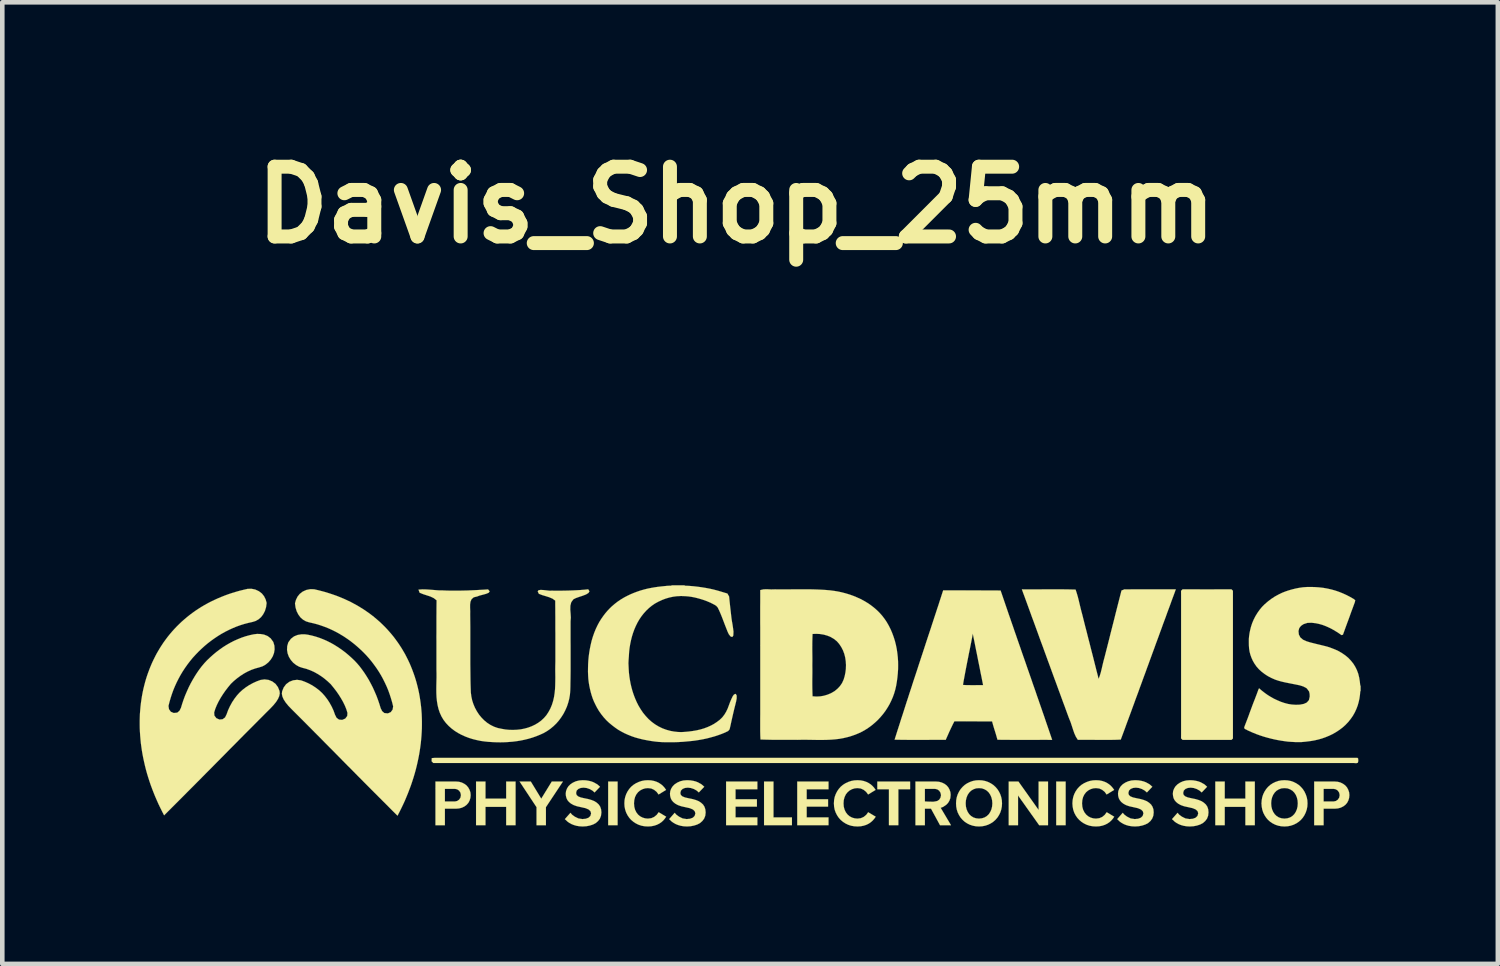
<source format=kicad_pcb>
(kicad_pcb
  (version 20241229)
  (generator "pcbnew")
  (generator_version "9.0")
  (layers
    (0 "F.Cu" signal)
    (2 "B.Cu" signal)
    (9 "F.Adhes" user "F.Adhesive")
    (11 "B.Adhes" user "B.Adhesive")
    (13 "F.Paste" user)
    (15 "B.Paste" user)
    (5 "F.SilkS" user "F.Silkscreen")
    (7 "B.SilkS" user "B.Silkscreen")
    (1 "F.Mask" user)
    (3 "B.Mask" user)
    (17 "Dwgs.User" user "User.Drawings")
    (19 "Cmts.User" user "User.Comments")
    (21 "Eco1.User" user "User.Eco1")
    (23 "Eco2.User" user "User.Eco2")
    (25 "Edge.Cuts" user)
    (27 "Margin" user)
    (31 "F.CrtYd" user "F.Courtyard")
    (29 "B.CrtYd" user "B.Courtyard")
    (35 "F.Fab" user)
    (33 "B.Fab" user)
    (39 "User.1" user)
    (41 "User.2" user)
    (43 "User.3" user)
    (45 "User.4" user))
  (footprint "Davis_Shop_25mm"
    (layer "F.Cu")
    (at 13.036 12.371)
    (property "Reference" "Davis_Shop_25mm" (at 0 -10.945 0) (layer "F.SilkS") (effects (font (size 1.524 1.524) (thickness 0.305))))
    (attr through_hole)
    (fp_poly (pts (xy -2.595 2.604) (xy -2.595 1.651) (xy -2.801 1.651) (xy -2.801 2.604) (xy -2.595 2.604)) (stroke (width 0.003) (type solid)) (fill yes) (layer "F.SilkS"))
    (fp_poly (pts (xy 7.192 2.604) (xy 7.192 1.651) (xy 6.986 1.651) (xy 6.986 2.604) (xy 7.192 2.604)) (stroke (width 0.003) (type solid)) (fill yes) (layer "F.SilkS"))
    (fp_poly (pts (xy 1.213 2.604) (xy 1.213 2.435) (xy 0.81 2.435) (xy 0.81 1.651) (xy 0.604 1.651) (xy 0.604 2.604) (xy 1.213 2.604)) (stroke (width 0.003) (type solid)) (fill yes) (layer "F.SilkS"))
    (fp_poly (pts (xy 13.632 -0.323) (xy 13.627 -0.323) (xy 13.627 -0.383) (xy 13.627 -0.443) (xy 13.632 -0.443) (xy 13.632 -0.383) (xy 13.632 -0.323) (xy 13.632 -0.323)) (stroke (width 0.003) (type solid)) (fill yes) (layer "F.SilkS"))
    (fp_poly (pts (xy 3.794 1.819) (xy 3.794 1.651) (xy 3.078 1.651) (xy 3.078 1.819) (xy 3.332 1.819) (xy 3.332 2.604) (xy 3.538 2.604) (xy 3.538 1.819) (xy 3.794 1.819)) (stroke (width 0.003) (type solid)) (fill yes) (layer "F.SilkS"))
    (fp_poly (pts (xy -3.79 1.651) (xy -4.033 1.651) (xy -4.263 2.025) (xy -4.491 1.651) (xy -4.736 1.651) (xy -4.366 2.211) (xy -4.366 2.604) (xy -4.161 2.604) (xy -4.161 2.211) (xy -3.79 1.651)) (stroke (width 0.003) (type solid)) (fill yes) (layer "F.SilkS"))
    (fp_poly (pts (xy 6.807 2.604) (xy 6.807 1.651) (xy 6.601 1.651) (xy 6.601 2.271) (xy 6.161 1.651) (xy 5.948 1.651) (xy 5.948 2.604) (xy 6.152 2.604) (xy 6.152 1.955) (xy 6.613 2.604) (xy 6.807 2.604)) (stroke (width 0.003) (type solid)) (fill yes) (layer "F.SilkS"))
    (fp_poly (pts (xy -1.131 -2.632) (xy -1.13 -2.627) (xy -1.202 -2.627) (xy -1.274 -2.627) (xy -1.346 -2.627) (xy -1.417 -2.627) (xy -1.417 -2.632) (xy -1.345 -2.632) (xy -1.274 -2.632) (xy -1.202 -2.632) (xy -1.131 -2.632) (xy -1.131 -2.632)) (stroke (width 0.003) (type solid)) (fill yes) (layer "F.SilkS"))
    (fp_poly (pts (xy -4.824 2.604) (xy -4.824 1.651) (xy -5.029 1.651) (xy -5.029 2.024) (xy -5.481 2.024) (xy -5.481 1.651) (xy -5.687 1.651) (xy -5.687 2.604) (xy -5.481 2.604) (xy -5.481 2.204) (xy -5.029 2.204) (xy -5.029 2.604) (xy -4.824 2.604)) (stroke (width 0.003) (type solid)) (fill yes) (layer "F.SilkS"))
    (fp_poly (pts (xy 0.458 2.604) (xy 0.458 2.434) (xy -0.019 2.434) (xy -0.019 2.199) (xy 0.448 2.199) (xy 0.448 2.038) (xy -0.019 2.038) (xy -0.019 1.819) (xy 0.458 1.819) (xy 0.458 1.651) (xy -0.225 1.651) (xy -0.225 2.604) (xy 0.458 2.604)) (stroke (width 0.003) (type solid)) (fill yes) (layer "F.SilkS"))
    (fp_poly (pts (xy 2.012 2.604) (xy 2.012 2.434) (xy 1.535 2.434) (xy 1.535 2.199) (xy 2.002 2.199) (xy 2.002 2.038) (xy 1.535 2.038) (xy 1.535 1.819) (xy 2.012 1.819) (xy 2.012 1.651) (xy 1.329 1.651) (xy 1.329 2.604) (xy 2.012 2.604)) (stroke (width 0.003) (type solid)) (fill yes) (layer "F.SilkS"))
    (fp_poly (pts (xy 11.324 2.604) (xy 11.324 1.651) (xy 11.118 1.651) (xy 11.118 2.024) (xy 10.667 2.024) (xy 10.667 1.651) (xy 10.461 1.651) (xy 10.461 2.604) (xy 10.667 2.604) (xy 10.667 2.204) (xy 11.118 2.204) (xy 11.118 2.604) (xy 11.324 2.604)) (stroke (width 0.003) (type solid)) (fill yes) (layer "F.SilkS"))
    (fp_poly (pts (xy -5.805 1.948) (xy -6.017 1.948) (xy -6.028 2.004) (xy -6.058 2.048) (xy -6.1 2.076) (xy -6.145 2.086) (xy -6.368 2.086) (xy -6.368 1.811) (xy -6.145 1.811) (xy -6.1 1.821) (xy -6.058 1.849) (xy -6.028 1.894) (xy -6.017 1.948) (xy -5.805 1.948) (xy -5.811 1.887) (xy -5.83 1.831) (xy -5.858 1.78) (xy -5.895 1.736) (xy -5.943 1.701) (xy -5.998 1.673) (xy -6.06 1.656) (xy -6.127 1.651) (xy -6.574 1.651) (xy -6.574 2.604) (xy -6.368 2.604) (xy -6.368 2.244) (xy -6.127 2.244) (xy -6.056 2.238) (xy -5.994 2.221) (xy -5.939 2.194) (xy -5.893 2.159) (xy -5.855 2.116) (xy -5.828 2.065) (xy -5.811 2.009) (xy -5.805 1.948)) (stroke (width 0.003) (type solid)) (fill yes) (layer "F.SilkS"))
    (fp_poly (pts (xy 13.39 1.948) (xy 13.178 1.948) (xy 13.167 2.004) (xy 13.137 2.048) (xy 13.095 2.076) (xy 13.05 2.086) (xy 12.827 2.086) (xy 12.827 1.811) (xy 13.05 1.811) (xy 13.095 1.821) (xy 13.137 1.849) (xy 13.167 1.894) (xy 13.178 1.948) (xy 13.39 1.948) (xy 13.384 1.887) (xy 13.365 1.831) (xy 13.338 1.78) (xy 13.3 1.736) (xy 13.253 1.701) (xy 13.197 1.673) (xy 13.135 1.656) (xy 13.068 1.651) (xy 12.621 1.651) (xy 12.621 2.604) (xy 12.827 2.604) (xy 12.827 2.244) (xy 13.068 2.244) (xy 13.139 2.238) (xy 13.201 2.221) (xy 13.256 2.194) (xy 13.303 2.159) (xy 13.34 2.116) (xy 13.367 2.065) (xy 13.384 2.009) (xy 13.39 1.948)) (stroke (width 0.003) (type solid)) (fill yes) (layer "F.SilkS"))
    (fp_poly (pts (xy 4.687 2.604) (xy 4.341 2.086) (xy 4.301 2.092) (xy 4.225 2.091) (xy 4.15 2.088) (xy 4.117 2.086) (xy 4.117 1.811) (xy 4.341 1.811) (xy 4.388 1.822) (xy 4.43 1.851) (xy 4.458 1.895) (xy 4.47 1.948) (xy 4.458 2.004) (xy 4.43 2.048) (xy 4.388 2.076) (xy 4.341 2.086) (xy 4.687 2.604) (xy 4.462 2.225) (xy 4.517 2.204) (xy 4.588 2.155) (xy 4.623 2.118) (xy 4.652 2.071) (xy 4.673 2.013) (xy 4.68 1.942) (xy 4.674 1.882) (xy 4.655 1.826) (xy 4.627 1.776) (xy 4.59 1.734) (xy 4.542 1.699) (xy 4.487 1.673) (xy 4.425 1.656) (xy 4.358 1.651) (xy 3.911 1.651) (xy 3.911 2.604) (xy 4.117 2.604) (xy 4.117 2.244) (xy 4.251 2.244) (xy 4.447 2.604) (xy 4.687 2.604)) (stroke (width 0.003) (type solid)) (fill yes) (layer "F.SilkS"))
    (fp_poly (pts (xy -1.534 2.419) (xy -1.698 2.321) (xy -1.741 2.379) (xy -1.796 2.424) (xy -1.86 2.452) (xy -1.933 2.461) (xy -1.994 2.455) (xy -2.051 2.438) (xy -2.104 2.41) (xy -2.149 2.372) (xy -2.186 2.324) (xy -2.214 2.266) (xy -2.231 2.201) (xy -2.237 2.128) (xy -2.231 2.055) (xy -2.214 1.989) (xy -2.186 1.931) (xy -2.149 1.884) (xy -2.104 1.846) (xy -2.051 1.818) (xy -1.994 1.8) (xy -1.933 1.794) (xy -1.86 1.803) (xy -1.797 1.832) (xy -1.743 1.876) (xy -1.7 1.934) (xy -1.536 1.834) (xy -1.565 1.792) (xy -1.6 1.752) (xy -1.64 1.716) (xy -1.686 1.685) (xy -1.737 1.659) (xy -1.796 1.639) (xy -1.861 1.626) (xy -1.933 1.622) (xy -2.004 1.626) (xy -2.071 1.639) (xy -2.136 1.661) (xy -2.195 1.689) (xy -2.249 1.723) (xy -2.299 1.765) (xy -2.341 1.813) (xy -2.377 1.866) (xy -2.407 1.925) (xy -2.429 1.989) (xy -2.443 2.056) (xy -2.447 2.128) (xy -2.443 2.199) (xy -2.429 2.267) (xy -2.407 2.331) (xy -2.377 2.389) (xy -2.341 2.442) (xy -2.299 2.489) (xy -2.249 2.531) (xy -2.195 2.566) (xy -2.136 2.595) (xy -2.071 2.616) (xy -2.004 2.628) (xy -1.933 2.632) (xy -1.861 2.628) (xy -1.796 2.615) (xy -1.736 2.595) (xy -1.684 2.569) (xy -1.638 2.538) (xy -1.598 2.502) (xy -1.564 2.462) (xy -1.534 2.419)) (stroke (width 0.003) (type solid)) (fill yes) (layer "F.SilkS"))
    (fp_poly (pts (xy 3.043 2.419) (xy 2.878 2.321) (xy 2.836 2.379) (xy 2.781 2.424) (xy 2.717 2.452) (xy 2.644 2.461) (xy 2.583 2.455) (xy 2.525 2.438) (xy 2.473 2.41) (xy 2.428 2.372) (xy 2.391 2.324) (xy 2.363 2.266) (xy 2.345 2.201) (xy 2.34 2.128) (xy 2.345 2.055) (xy 2.363 1.989) (xy 2.391 1.931) (xy 2.428 1.884) (xy 2.473 1.846) (xy 2.525 1.818) (xy 2.583 1.8) (xy 2.644 1.794) (xy 2.717 1.803) (xy 2.78 1.832) (xy 2.834 1.876) (xy 2.877 1.934) (xy 3.041 1.834) (xy 3.012 1.792) (xy 2.977 1.752) (xy 2.937 1.716) (xy 2.891 1.685) (xy 2.839 1.659) (xy 2.781 1.639) (xy 2.716 1.626) (xy 2.644 1.622) (xy 2.573 1.626) (xy 2.506 1.639) (xy 2.441 1.661) (xy 2.382 1.689) (xy 2.328 1.723) (xy 2.278 1.765) (xy 2.236 1.813) (xy 2.2 1.866) (xy 2.17 1.925) (xy 2.147 1.989) (xy 2.134 2.056) (xy 2.13 2.128) (xy 2.134 2.199) (xy 2.147 2.267) (xy 2.17 2.331) (xy 2.2 2.389) (xy 2.236 2.442) (xy 2.278 2.489) (xy 2.328 2.531) (xy 2.382 2.566) (xy 2.441 2.595) (xy 2.506 2.616) (xy 2.573 2.628) (xy 2.644 2.632) (xy 2.716 2.628) (xy 2.781 2.615) (xy 2.841 2.595) (xy 2.893 2.569) (xy 2.938 2.538) (xy 2.978 2.502) (xy 3.013 2.462) (xy 3.043 2.419)) (stroke (width 0.003) (type solid)) (fill yes) (layer "F.SilkS"))
    (fp_poly (pts (xy 8.253 2.419) (xy 8.089 2.321) (xy 8.046 2.379) (xy 7.992 2.424) (xy 7.927 2.452) (xy 7.854 2.461) (xy 7.793 2.455) (xy 7.736 2.438) (xy 7.684 2.41) (xy 7.639 2.372) (xy 7.602 2.324) (xy 7.573 2.266) (xy 7.556 2.201) (xy 7.55 2.128) (xy 7.556 2.055) (xy 7.573 1.989) (xy 7.602 1.931) (xy 7.639 1.884) (xy 7.684 1.846) (xy 7.736 1.818) (xy 7.793 1.8) (xy 7.854 1.794) (xy 7.927 1.803) (xy 7.99 1.832) (xy 8.045 1.876) (xy 8.087 1.934) (xy 8.252 1.834) (xy 8.222 1.792) (xy 8.187 1.752) (xy 8.147 1.716) (xy 8.102 1.685) (xy 8.05 1.659) (xy 7.992 1.639) (xy 7.927 1.626) (xy 7.854 1.622) (xy 7.784 1.626) (xy 7.716 1.639) (xy 7.652 1.661) (xy 7.592 1.689) (xy 7.538 1.723) (xy 7.489 1.765) (xy 7.446 1.813) (xy 7.41 1.866) (xy 7.38 1.925) (xy 7.358 1.989) (xy 7.345 2.056) (xy 7.34 2.128) (xy 7.345 2.199) (xy 7.358 2.267) (xy 7.38 2.331) (xy 7.41 2.389) (xy 7.446 2.442) (xy 7.489 2.489) (xy 7.538 2.531) (xy 7.592 2.566) (xy 7.652 2.595) (xy 7.716 2.616) (xy 7.784 2.628) (xy 7.854 2.632) (xy 7.927 2.628) (xy 7.992 2.615) (xy 8.051 2.595) (xy 8.103 2.569) (xy 8.149 2.538) (xy 8.189 2.502) (xy 8.224 2.462) (xy 8.253 2.419)) (stroke (width 0.003) (type solid)) (fill yes) (layer "F.SilkS"))
    (fp_poly (pts (xy -2.949 2.325) (xy -2.956 2.258) (xy -2.975 2.201) (xy -3.007 2.153) (xy -3.049 2.114) (xy -3.102 2.08) (xy -3.164 2.055) (xy -3.235 2.034) (xy -3.314 2.018) (xy -3.399 1.999) (xy -3.458 1.975) (xy -3.491 1.944) (xy -3.502 1.902) (xy -3.49 1.849) (xy -3.452 1.812) (xy -3.401 1.791) (xy -3.34 1.784) (xy -3.271 1.792) (xy -3.204 1.815) (xy -3.144 1.849) (xy -3.098 1.889) (xy -2.979 1.765) (xy -3.038 1.713) (xy -3.118 1.668) (xy -3.167 1.649) (xy -3.224 1.635) (xy -3.286 1.625) (xy -3.357 1.622) (xy -3.435 1.628) (xy -3.507 1.646) (xy -3.571 1.675) (xy -3.625 1.711) (xy -3.669 1.754) (xy -3.701 1.805) (xy -3.721 1.859) (xy -3.728 1.915) (xy -3.724 1.964) (xy -3.712 2.012) (xy -3.691 2.056) (xy -3.658 2.096) (xy -3.613 2.133) (xy -3.555 2.165) (xy -3.481 2.191) (xy -3.391 2.211) (xy -3.294 2.233) (xy -3.227 2.262) (xy -3.187 2.3) (xy -3.174 2.346) (xy -3.189 2.402) (xy -3.229 2.441) (xy -3.291 2.464) (xy -3.364 2.471) (xy -3.452 2.457) (xy -3.53 2.419) (xy -3.59 2.375) (xy -3.625 2.334) (xy -3.747 2.472) (xy -3.688 2.527) (xy -3.65 2.554) (xy -3.605 2.579) (xy -3.553 2.6) (xy -3.495 2.617) (xy -3.43 2.628) (xy -3.357 2.632) (xy -3.276 2.627) (xy -3.201 2.612) (xy -3.131 2.589) (xy -3.071 2.557) (xy -3.021 2.513) (xy -2.982 2.461) (xy -2.958 2.398) (xy -2.949 2.325)) (stroke (width 0.003) (type solid)) (fill yes) (layer "F.SilkS"))
    (fp_poly (pts (xy -0.672 2.325) (xy -0.679 2.258) (xy -0.698 2.201) (xy -0.729 2.153) (xy -0.772 2.114) (xy -0.824 2.08) (xy -0.886 2.055) (xy -0.958 2.034) (xy -1.037 2.018) (xy -1.122 1.999) (xy -1.181 1.975) (xy -1.214 1.944) (xy -1.225 1.902) (xy -1.212 1.849) (xy -1.175 1.812) (xy -1.124 1.791) (xy -1.062 1.784) (xy -0.994 1.792) (xy -0.926 1.815) (xy -0.866 1.849) (xy -0.821 1.889) (xy -0.702 1.765) (xy -0.761 1.713) (xy -0.841 1.668) (xy -0.89 1.649) (xy -0.946 1.635) (xy -1.009 1.625) (xy -1.079 1.622) (xy -1.158 1.628) (xy -1.229 1.646) (xy -1.293 1.675) (xy -1.348 1.711) (xy -1.391 1.754) (xy -1.424 1.805) (xy -1.444 1.859) (xy -1.451 1.915) (xy -1.447 1.964) (xy -1.435 2.012) (xy -1.414 2.056) (xy -1.381 2.096) (xy -1.336 2.133) (xy -1.278 2.165) (xy -1.204 2.191) (xy -1.114 2.211) (xy -1.017 2.233) (xy -0.949 2.262) (xy -0.91 2.3) (xy -0.896 2.346) (xy -0.912 2.402) (xy -0.952 2.441) (xy -1.014 2.464) (xy -1.087 2.471) (xy -1.175 2.457) (xy -1.252 2.419) (xy -1.312 2.375) (xy -1.348 2.334) (xy -1.469 2.472) (xy -1.411 2.527) (xy -1.372 2.554) (xy -1.328 2.579) (xy -1.276 2.6) (xy -1.218 2.617) (xy -1.153 2.628) (xy -1.079 2.632) (xy -0.999 2.627) (xy -0.924 2.612) (xy -0.854 2.589) (xy -0.794 2.557) (xy -0.744 2.513) (xy -0.705 2.461) (xy -0.68 2.398) (xy -0.672 2.325)) (stroke (width 0.003) (type solid)) (fill yes) (layer "F.SilkS"))
    (fp_poly (pts (xy 9.115 2.325) (xy 9.109 2.258) (xy 9.089 2.201) (xy 9.058 2.153) (xy 9.015 2.114) (xy 8.963 2.08) (xy 8.901 2.055) (xy 8.83 2.034) (xy 8.751 2.018) (xy 8.665 1.999) (xy 8.606 1.975) (xy 8.573 1.944) (xy 8.562 1.902) (xy 8.575 1.849) (xy 8.612 1.812) (xy 8.664 1.791) (xy 8.725 1.784) (xy 8.794 1.792) (xy 8.861 1.815) (xy 8.921 1.849) (xy 8.967 1.889) (xy 9.085 1.765) (xy 9.027 1.713) (xy 8.947 1.668) (xy 8.897 1.649) (xy 8.841 1.635) (xy 8.778 1.625) (xy 8.708 1.622) (xy 8.63 1.628) (xy 8.558 1.646) (xy 8.494 1.675) (xy 8.439 1.711) (xy 8.396 1.754) (xy 8.364 1.805) (xy 8.343 1.859) (xy 8.336 1.915) (xy 8.34 1.964) (xy 8.352 2.012) (xy 8.374 2.056) (xy 8.406 2.096) (xy 8.451 2.133) (xy 8.509 2.165) (xy 8.583 2.191) (xy 8.674 2.211) (xy 8.77 2.233) (xy 8.838 2.262) (xy 8.878 2.3) (xy 8.891 2.346) (xy 8.875 2.402) (xy 8.835 2.441) (xy 8.774 2.464) (xy 8.701 2.471) (xy 8.612 2.457) (xy 8.535 2.419) (xy 8.475 2.375) (xy 8.439 2.334) (xy 8.318 2.472) (xy 8.376 2.527) (xy 8.415 2.554) (xy 8.459 2.579) (xy 8.511 2.6) (xy 8.569 2.617) (xy 8.635 2.628) (xy 8.708 2.632) (xy 8.788 2.627) (xy 8.864 2.612) (xy 8.933 2.589) (xy 8.994 2.557) (xy 9.044 2.513) (xy 9.082 2.461) (xy 9.107 2.398) (xy 9.115 2.325)) (stroke (width 0.003) (type solid)) (fill yes) (layer "F.SilkS"))
    (fp_poly (pts (xy 10.312 2.325) (xy 10.306 2.258) (xy 10.287 2.201) (xy 10.255 2.153) (xy 10.212 2.114) (xy 10.16 2.08) (xy 10.098 2.055) (xy 10.027 2.034) (xy 9.948 2.018) (xy 9.863 1.999) (xy 9.804 1.975) (xy 9.77 1.944) (xy 9.759 1.902) (xy 9.772 1.849) (xy 9.809 1.812) (xy 9.861 1.791) (xy 9.922 1.784) (xy 9.991 1.792) (xy 10.058 1.815) (xy 10.118 1.849) (xy 10.164 1.889) (xy 10.282 1.765) (xy 10.224 1.713) (xy 10.144 1.668) (xy 10.094 1.649) (xy 10.038 1.635) (xy 9.976 1.625) (xy 9.905 1.622) (xy 9.827 1.628) (xy 9.755 1.646) (xy 9.691 1.675) (xy 9.637 1.711) (xy 9.593 1.754) (xy 9.561 1.805) (xy 9.54 1.859) (xy 9.534 1.915) (xy 9.538 1.964) (xy 9.549 2.012) (xy 9.571 2.056) (xy 9.604 2.096) (xy 9.649 2.133) (xy 9.707 2.165) (xy 9.78 2.191) (xy 9.871 2.211) (xy 9.968 2.233) (xy 10.035 2.262) (xy 10.075 2.3) (xy 10.088 2.346) (xy 10.072 2.402) (xy 10.032 2.441) (xy 9.971 2.464) (xy 9.898 2.471) (xy 9.809 2.457) (xy 9.732 2.419) (xy 9.672 2.375) (xy 9.637 2.334) (xy 9.515 2.472) (xy 9.574 2.527) (xy 9.612 2.554) (xy 9.657 2.579) (xy 9.708 2.6) (xy 9.767 2.617) (xy 9.832 2.628) (xy 9.905 2.632) (xy 9.986 2.627) (xy 10.061 2.612) (xy 10.131 2.589) (xy 10.191 2.557) (xy 10.241 2.513) (xy 10.28 2.461) (xy 10.304 2.398) (xy 10.312 2.325)) (stroke (width 0.003) (type solid)) (fill yes) (layer "F.SilkS"))
    (fp_poly (pts (xy 5.802 2.128) (xy 5.591 2.128) (xy 5.586 2.195) (xy 5.571 2.258) (xy 5.546 2.314) (xy 5.514 2.364) (xy 5.472 2.404) (xy 5.422 2.435) (xy 5.364 2.454) (xy 5.299 2.461) (xy 5.234 2.454) (xy 5.176 2.435) (xy 5.126 2.404) (xy 5.085 2.364) (xy 5.052 2.314) (xy 5.028 2.258) (xy 5.013 2.195) (xy 5.008 2.128) (xy 5.013 2.061) (xy 5.028 1.998) (xy 5.052 1.941) (xy 5.085 1.892) (xy 5.126 1.851) (xy 5.176 1.821) (xy 5.234 1.8) (xy 5.299 1.794) (xy 5.364 1.8) (xy 5.422 1.821) (xy 5.472 1.851) (xy 5.514 1.892) (xy 5.546 1.941) (xy 5.571 1.998) (xy 5.586 2.061) (xy 5.591 2.128) (xy 5.802 2.128) (xy 5.798 2.058) (xy 5.785 1.992) (xy 5.764 1.929) (xy 5.735 1.87) (xy 5.7 1.816) (xy 5.658 1.768) (xy 5.61 1.725) (xy 5.557 1.69) (xy 5.498 1.661) (xy 5.435 1.639) (xy 5.369 1.626) (xy 5.299 1.622) (xy 5.229 1.626) (xy 5.163 1.639) (xy 5.099 1.661) (xy 5.041 1.69) (xy 4.988 1.725) (xy 4.941 1.768) (xy 4.899 1.816) (xy 4.864 1.87) (xy 4.835 1.929) (xy 4.814 1.992) (xy 4.802 2.058) (xy 4.798 2.128) (xy 4.802 2.198) (xy 4.814 2.264) (xy 4.835 2.328) (xy 4.864 2.386) (xy 4.899 2.44) (xy 4.941 2.488) (xy 4.988 2.53) (xy 5.041 2.565) (xy 5.099 2.594) (xy 5.163 2.615) (xy 5.229 2.628) (xy 5.299 2.632) (xy 5.369 2.628) (xy 5.435 2.615) (xy 5.498 2.594) (xy 5.557 2.565) (xy 5.61 2.53) (xy 5.658 2.488) (xy 5.7 2.44) (xy 5.735 2.386) (xy 5.764 2.328) (xy 5.785 2.264) (xy 5.798 2.198) (xy 5.802 2.128)) (stroke (width 0.003) (type solid)) (fill yes) (layer "F.SilkS"))
    (fp_poly (pts (xy 12.475 2.128) (xy 12.263 2.128) (xy 12.258 2.195) (xy 12.243 2.258) (xy 12.219 2.314) (xy 12.186 2.364) (xy 12.145 2.404) (xy 12.095 2.435) (xy 12.037 2.454) (xy 11.972 2.461) (xy 11.907 2.454) (xy 11.849 2.435) (xy 11.799 2.404) (xy 11.758 2.364) (xy 11.725 2.314) (xy 11.701 2.258) (xy 11.686 2.195) (xy 11.681 2.128) (xy 11.686 2.061) (xy 11.701 1.998) (xy 11.725 1.941) (xy 11.758 1.892) (xy 11.799 1.851) (xy 11.849 1.821) (xy 11.907 1.8) (xy 11.972 1.794) (xy 12.037 1.8) (xy 12.095 1.821) (xy 12.145 1.851) (xy 12.186 1.892) (xy 12.219 1.941) (xy 12.243 1.998) (xy 12.258 2.061) (xy 12.263 2.128) (xy 12.475 2.128) (xy 12.471 2.058) (xy 12.458 1.992) (xy 12.436 1.929) (xy 12.408 1.87) (xy 12.373 1.816) (xy 12.331 1.768) (xy 12.283 1.725) (xy 12.23 1.69) (xy 12.171 1.661) (xy 12.108 1.639) (xy 12.042 1.626) (xy 11.972 1.622) (xy 11.902 1.626) (xy 11.835 1.639) (xy 11.772 1.661) (xy 11.714 1.69) (xy 11.661 1.725) (xy 11.613 1.768) (xy 11.572 1.816) (xy 11.537 1.87) (xy 11.508 1.929) (xy 11.487 1.992) (xy 11.475 2.058) (xy 11.47 2.128) (xy 11.475 2.198) (xy 11.487 2.264) (xy 11.508 2.328) (xy 11.537 2.386) (xy 11.572 2.44) (xy 11.613 2.488) (xy 11.661 2.53) (xy 11.714 2.565) (xy 11.772 2.594) (xy 11.835 2.615) (xy 11.902 2.628) (xy 11.972 2.632) (xy 12.042 2.628) (xy 12.108 2.615) (xy 12.171 2.594) (xy 12.23 2.565) (xy 12.283 2.53) (xy 12.331 2.488) (xy 12.373 2.44) (xy 12.408 2.386) (xy 12.436 2.328) (xy 12.458 2.264) (xy 12.471 2.198) (xy 12.475 2.128)) (stroke (width 0.003) (type solid)) (fill yes) (layer "F.SilkS"))
    (fp_poly (pts (xy 9.714 -0.906) (xy 9.714 -0.996) (xy 9.714 -1.085) (xy 9.714 -1.174) (xy 9.714 -1.264) (xy 9.714 -1.353) (xy 9.714 -1.442) (xy 9.714 -1.532) (xy 9.714 -1.621) (xy 9.714 -1.711) (xy 9.714 -1.8) (xy 9.714 -1.889) (xy 9.714 -1.979) (xy 9.714 -2.068) (xy 9.714 -2.158) (xy 9.714 -2.247) (xy 9.714 -2.336) (xy 9.714 -2.426) (xy 9.713 -2.515) (xy 9.746 -2.547) (xy 9.835 -2.547) (xy 9.924 -2.547) (xy 10.013 -2.547) (xy 10.102 -2.547) (xy 10.192 -2.546) (xy 10.281 -2.546) (xy 10.37 -2.546) (xy 10.459 -2.547) (xy 10.548 -2.547) (xy 10.637 -2.547) (xy 10.726 -2.547) (xy 10.815 -2.547) (xy 10.846 -2.516) (xy 10.846 -2.424) (xy 10.846 -2.332) (xy 10.846 -2.24) (xy 10.846 -2.148) (xy 10.846 -2.056) (xy 10.846 -1.963) (xy 10.846 -1.871) (xy 10.846 -1.779) (xy 10.846 -1.687) (xy 10.846 -1.595) (xy 10.846 -1.502) (xy 10.846 -1.41) (xy 10.846 -1.318) (xy 10.846 -1.226) (xy 10.846 -1.134) (xy 10.846 -1.042) (xy 10.846 -0.949) (xy 10.846 -0.857) (xy 10.846 -0.765) (xy 10.846 -0.673) (xy 10.846 -0.581) (xy 10.846 -0.488) (xy 10.846 -0.396) (xy 10.846 -0.304) (xy 10.846 -0.212) (xy 10.846 -0.12) (xy 10.846 -0.028) (xy 10.846 0.065) (xy 10.846 0.157) (xy 10.846 0.249) (xy 10.846 0.341) (xy 10.846 0.433) (xy 10.846 0.526) (xy 10.846 0.618) (xy 10.846 0.71) (xy 10.815 0.74) (xy 10.726 0.74) (xy 10.637 0.74) (xy 10.548 0.74) (xy 10.459 0.74) (xy 10.37 0.74) (xy 10.281 0.74) (xy 10.192 0.74) (xy 10.102 0.74) (xy 10.013 0.74) (xy 9.924 0.74) (xy 9.835 0.74) (xy 9.746 0.74) (xy 9.713 0.708) (xy 9.714 0.619) (xy 9.714 0.529) (xy 9.714 0.439) (xy 9.714 0.35) (xy 9.714 0.26) (xy 9.714 0.17) (xy 9.714 0.08) (xy 9.714 -0.009) (xy 9.714 -0.099) (xy 9.714 -0.189) (xy 9.714 -0.278) (xy 9.714 -0.368) (xy 9.714 -0.458) (xy 9.714 -0.547) (xy 9.714 -0.637) (xy 9.714 -0.727) (xy 9.714 -0.816) (xy 9.714 -0.906)) (stroke (width 0.003) (type solid)) (fill yes) (layer "F.SilkS"))
    (fp_poly (pts (xy 6.236 -2.547) (xy 6.326 -2.546) (xy 6.417 -2.546) (xy 6.507 -2.546) (xy 6.597 -2.546) (xy 6.688 -2.547) (xy 6.778 -2.547) (xy 6.868 -2.547) (xy 6.959 -2.547) (xy 7.049 -2.547) (xy 7.139 -2.547) (xy 7.229 -2.546) (xy 7.319 -2.544) (xy 7.409 -2.542) (xy 7.434 -2.466) (xy 7.457 -2.388) (xy 7.477 -2.309) (xy 7.496 -2.229) (xy 7.515 -2.15) (xy 7.535 -2.07) (xy 7.556 -1.992) (xy 7.578 -1.904) (xy 7.6 -1.816) (xy 7.622 -1.729) (xy 7.645 -1.641) (xy 7.667 -1.554) (xy 7.689 -1.466) (xy 7.712 -1.379) (xy 7.734 -1.291) (xy 7.756 -1.204) (xy 7.779 -1.116) (xy 7.801 -1.029) (xy 7.823 -0.941) (xy 7.845 -0.854) (xy 7.867 -0.766) (xy 7.89 -0.678) (xy 7.912 -0.591) (xy 7.937 -0.657) (xy 7.96 -0.732) (xy 7.98 -0.813) (xy 7.999 -0.896) (xy 8.019 -0.979) (xy 8.04 -1.057) (xy 8.062 -1.143) (xy 8.084 -1.229) (xy 8.106 -1.315) (xy 8.128 -1.402) (xy 8.15 -1.488) (xy 8.171 -1.574) (xy 8.193 -1.66) (xy 8.215 -1.747) (xy 8.237 -1.833) (xy 8.259 -1.919) (xy 8.28 -2.005) (xy 8.302 -2.091) (xy 8.324 -2.178) (xy 8.346 -2.264) (xy 8.368 -2.35) (xy 8.39 -2.436) (xy 8.412 -2.522) (xy 8.477 -2.547) (xy 8.553 -2.546) (xy 8.628 -2.547) (xy 8.716 -2.547) (xy 8.804 -2.547) (xy 8.892 -2.547) (xy 8.981 -2.547) (xy 9.069 -2.547) (xy 9.157 -2.547) (xy 9.245 -2.547) (xy 9.334 -2.547) (xy 9.422 -2.547) (xy 9.51 -2.547) (xy 9.598 -2.547) (xy 9.567 -2.46) (xy 9.535 -2.374) (xy 9.503 -2.288) (xy 9.472 -2.201) (xy 9.44 -2.115) (xy 9.408 -2.029) (xy 9.377 -1.942) (xy 9.345 -1.856) (xy 9.313 -1.77) (xy 9.282 -1.683) (xy 9.25 -1.597) (xy 9.219 -1.511) (xy 9.187 -1.424) (xy 9.155 -1.338) (xy 9.124 -1.251) (xy 9.092 -1.165) (xy 9.061 -1.079) (xy 9.029 -0.992) (xy 8.998 -0.906) (xy 8.966 -0.82) (xy 8.935 -0.733) (xy 8.903 -0.647) (xy 8.871 -0.56) (xy 8.84 -0.474) (xy 8.808 -0.388) (xy 8.777 -0.301) (xy 8.745 -0.215) (xy 8.713 -0.129) (xy 8.682 -0.042) (xy 8.65 0.044) (xy 8.619 0.13) (xy 8.587 0.217) (xy 8.555 0.303) (xy 8.523 0.389) (xy 8.492 0.475) (xy 8.46 0.562) (xy 8.428 0.648) (xy 8.396 0.734) (xy 8.303 0.738) (xy 8.21 0.74) (xy 8.116 0.741) (xy 8.022 0.741) (xy 7.928 0.74) (xy 7.834 0.74) (xy 7.74 0.739) (xy 7.647 0.739) (xy 7.553 0.739) (xy 7.459 0.74) (xy 7.416 0.673) (xy 7.382 0.598) (xy 7.354 0.517) (xy 7.327 0.434) (xy 7.3 0.352) (xy 7.268 0.274) (xy 7.235 0.186) (xy 7.203 0.098) (xy 7.171 0.01) (xy 7.138 -0.078) (xy 7.106 -0.166) (xy 7.074 -0.254) (xy 7.041 -0.343) (xy 7.009 -0.431) (xy 6.977 -0.519) (xy 6.944 -0.607) (xy 6.912 -0.695) (xy 6.88 -0.783) (xy 6.848 -0.871) (xy 6.815 -0.96) (xy 6.783 -1.048) (xy 6.751 -1.136) (xy 6.719 -1.224) (xy 6.687 -1.312) (xy 6.654 -1.4) (xy 6.622 -1.488) (xy 6.59 -1.577) (xy 6.558 -1.665) (xy 6.526 -1.753) (xy 6.494 -1.841) (xy 6.461 -1.929) (xy 6.429 -2.018) (xy 6.397 -2.106) (xy 6.365 -2.194) (xy 6.333 -2.282) (xy 6.301 -2.37) (xy 6.268 -2.458) (xy 6.236 -2.547) (xy 6.236 -2.547)) (stroke (width 0.003) (type solid)) (fill yes) (layer "F.SilkS"))
    (fp_poly (pts (xy 6.897 0.74) (xy 4.949 -0.459) (xy 5.036 -0.455) (xy 5.125 -0.454) (xy 5.213 -0.454) (xy 5.301 -0.455) (xy 5.389 -0.455) (xy 5.372 -0.541) (xy 5.355 -0.628) (xy 5.337 -0.714) (xy 5.32 -0.801) (xy 5.303 -0.887) (xy 5.285 -0.974) (xy 5.268 -1.061) (xy 5.251 -1.147) (xy 5.233 -1.234) (xy 5.216 -1.32) (xy 5.199 -1.407) (xy 5.181 -1.493) (xy 5.164 -1.58) (xy 5.164 -1.58) (xy 5.148 -1.494) (xy 5.131 -1.407) (xy 5.114 -1.321) (xy 5.097 -1.235) (xy 5.079 -1.149) (xy 5.062 -1.062) (xy 5.045 -0.976) (xy 5.028 -0.89) (xy 5.011 -0.803) (xy 4.995 -0.717) (xy 4.979 -0.631) (xy 4.963 -0.545) (xy 4.949 -0.459) (xy 6.897 0.74) (xy 6.805 0.74) (xy 6.713 0.739) (xy 6.621 0.74) (xy 6.529 0.74) (xy 6.437 0.74) (xy 6.346 0.74) (xy 6.254 0.74) (xy 6.162 0.74) (xy 6.07 0.74) (xy 5.978 0.74) (xy 5.886 0.739) (xy 5.795 0.739) (xy 5.703 0.737) (xy 5.675 0.639) (xy 5.651 0.56) (xy 5.629 0.49) (xy 5.608 0.42) (xy 5.585 0.337) (xy 5.503 0.337) (xy 5.413 0.337) (xy 5.317 0.337) (xy 5.217 0.336) (xy 5.116 0.336) (xy 5.018 0.335) (xy 4.924 0.335) (xy 4.838 0.335) (xy 4.762 0.335) (xy 4.731 0.394) (xy 4.694 0.471) (xy 4.653 0.558) (xy 4.612 0.65) (xy 4.572 0.74) (xy 4.484 0.739) (xy 4.394 0.739) (xy 4.301 0.739) (xy 4.206 0.74) (xy 4.11 0.74) (xy 4.014 0.74) (xy 3.918 0.74) (xy 3.822 0.74) (xy 3.728 0.74) (xy 3.635 0.739) (xy 3.544 0.738) (xy 3.456 0.736) (xy 3.484 0.647) (xy 3.512 0.558) (xy 3.541 0.468) (xy 3.57 0.378) (xy 3.598 0.288) (xy 3.628 0.197) (xy 3.657 0.107) (xy 3.686 0.016) (xy 3.715 -0.075) (xy 3.745 -0.166) (xy 3.774 -0.257) (xy 3.804 -0.348) (xy 3.834 -0.439) (xy 3.863 -0.531) (xy 3.893 -0.621) (xy 3.923 -0.712) (xy 3.953 -0.803) (xy 3.982 -0.893) (xy 4.012 -0.984) (xy 4.041 -1.073) (xy 4.071 -1.163) (xy 4.1 -1.252) (xy 4.129 -1.341) (xy 4.158 -1.43) (xy 4.187 -1.518) (xy 4.216 -1.605) (xy 4.245 -1.692) (xy 4.273 -1.779) (xy 4.301 -1.864) (xy 4.329 -1.95) (xy 4.357 -2.034) (xy 4.384 -2.118) (xy 4.412 -2.201) (xy 4.438 -2.283) (xy 4.465 -2.365) (xy 4.491 -2.446) (xy 4.517 -2.525) (xy 4.608 -2.525) (xy 4.703 -2.525) (xy 4.801 -2.525) (xy 4.901 -2.525) (xy 5.001 -2.525) (xy 5.102 -2.524) (xy 5.202 -2.524) (xy 5.299 -2.524) (xy 5.392 -2.523) (xy 5.481 -2.523) (xy 5.565 -2.523) (xy 5.642 -2.523) (xy 5.711 -2.522) (xy 5.771 -2.522) (xy 5.801 -2.435) (xy 5.831 -2.347) (xy 5.861 -2.259) (xy 5.891 -2.171) (xy 5.921 -2.083) (xy 5.951 -1.995) (xy 5.982 -1.907) (xy 6.012 -1.819) (xy 6.043 -1.731) (xy 6.073 -1.642) (xy 6.104 -1.554) (xy 6.134 -1.466) (xy 6.165 -1.377) (xy 6.196 -1.289) (xy 6.226 -1.201) (xy 6.257 -1.112) (xy 6.288 -1.024) (xy 6.319 -0.935) (xy 6.349 -0.847) (xy 6.38 -0.759) (xy 6.411 -0.67) (xy 6.442 -0.582) (xy 6.472 -0.493) (xy 6.503 -0.405) (xy 6.534 -0.317) (xy 6.564 -0.228) (xy 6.595 -0.14) (xy 6.625 -0.052) (xy 6.656 0.036) (xy 6.686 0.124) (xy 6.717 0.212) (xy 6.747 0.301) (xy 6.777 0.389) (xy 6.807 0.476) (xy 6.837 0.564) (xy 6.867 0.652) (xy 6.897 0.74) (xy 6.897 0.74)) (stroke (width 0.003) (type solid)) (fill yes) (layer "F.SilkS"))
    (fp_poly (pts (xy 0.521 -0.906) (xy 1.659 -0.807) (xy 1.659 -0.722) (xy 1.658 -0.636) (xy 1.657 -0.551) (xy 1.657 -0.466) (xy 1.658 -0.381) (xy 1.66 -0.296) (xy 1.663 -0.211) (xy 1.745 -0.205) (xy 1.828 -0.209) (xy 1.911 -0.223) (xy 1.991 -0.247) (xy 2.068 -0.279) (xy 2.14 -0.321) (xy 2.204 -0.372) (xy 2.261 -0.432) (xy 2.308 -0.5) (xy 2.343 -0.577) (xy 2.366 -0.654) (xy 2.382 -0.734) (xy 2.392 -0.815) (xy 2.394 -0.897) (xy 2.389 -0.978) (xy 2.377 -1.059) (xy 2.357 -1.138) (xy 2.329 -1.213) (xy 2.292 -1.285) (xy 2.247 -1.353) (xy 2.194 -1.414) (xy 2.13 -1.465) (xy 2.06 -1.506) (xy 1.985 -1.537) (xy 1.906 -1.559) (xy 1.825 -1.572) (xy 1.744 -1.576) (xy 1.663 -1.573) (xy 1.66 -1.488) (xy 1.658 -1.403) (xy 1.657 -1.318) (xy 1.657 -1.233) (xy 1.658 -1.148) (xy 1.659 -1.062) (xy 1.659 -0.977) (xy 1.658 -0.892) (xy 1.658 -0.892) (xy 1.659 -0.807) (xy 0.521 -0.906) (xy 0.521 -0.997) (xy 0.521 -1.087) (xy 0.521 -1.177) (xy 0.521 -1.267) (xy 0.521 -1.358) (xy 0.521 -1.448) (xy 0.521 -1.538) (xy 0.521 -1.628) (xy 0.521 -1.719) (xy 0.52 -1.809) (xy 0.52 -1.899) (xy 0.52 -1.989) (xy 0.52 -2.08) (xy 0.52 -2.17) (xy 0.521 -2.26) (xy 0.521 -2.35) (xy 0.521 -2.441) (xy 0.521 -2.531) (xy 0.596 -2.548) (xy 0.677 -2.549) (xy 0.761 -2.545) (xy 0.842 -2.547) (xy 0.935 -2.546) (xy 1.028 -2.546) (xy 1.121 -2.546) (xy 1.214 -2.547) (xy 1.306 -2.548) (xy 1.399 -2.548) (xy 1.492 -2.548) (xy 1.585 -2.548) (xy 1.678 -2.546) (xy 1.771 -2.543) (xy 1.863 -2.539) (xy 1.956 -2.533) (xy 2.048 -2.525) (xy 2.133 -2.514) (xy 2.218 -2.5) (xy 2.302 -2.482) (xy 2.386 -2.46) (xy 2.469 -2.435) (xy 2.551 -2.406) (xy 2.631 -2.373) (xy 2.71 -2.337) (xy 2.786 -2.297) (xy 2.86 -2.253) (xy 2.931 -2.205) (xy 2.999 -2.153) (xy 3.064 -2.097) (xy 3.125 -2.037) (xy 3.182 -1.973) (xy 3.235 -1.904) (xy 3.284 -1.832) (xy 3.329 -1.753) (xy 3.369 -1.673) (xy 3.404 -1.591) (xy 3.435 -1.506) (xy 3.462 -1.421) (xy 3.484 -1.334) (xy 3.502 -1.245) (xy 3.515 -1.156) (xy 3.525 -1.067) (xy 3.531 -0.977) (xy 3.532 -0.887) (xy 3.531 -0.796) (xy 3.525 -0.706) (xy 3.516 -0.617) (xy 3.504 -0.528) (xy 3.489 -0.44) (xy 3.47 -0.357) (xy 3.446 -0.275) (xy 3.417 -0.194) (xy 3.383 -0.116) (xy 3.345 -0.039) (xy 3.302 0.035) (xy 3.256 0.106) (xy 3.205 0.175) (xy 3.15 0.24) (xy 3.092 0.303) (xy 3.03 0.361) (xy 2.965 0.416) (xy 2.897 0.467) (xy 2.826 0.514) (xy 2.752 0.557) (xy 2.675 0.594) (xy 2.596 0.627) (xy 2.515 0.655) (xy 2.426 0.681) (xy 2.337 0.702) (xy 2.248 0.718) (xy 2.157 0.729) (xy 2.066 0.736) (xy 1.975 0.74) (xy 1.884 0.742) (xy 1.792 0.742) (xy 1.7 0.741) (xy 1.608 0.739) (xy 1.517 0.738) (xy 1.425 0.738) (xy 1.334 0.74) (xy 1.244 0.739) (xy 1.154 0.739) (xy 1.064 0.739) (xy 0.974 0.739) (xy 0.884 0.739) (xy 0.794 0.739) (xy 0.705 0.737) (xy 0.615 0.735) (xy 0.526 0.732) (xy 0.522 0.64) (xy 0.52 0.548) (xy 0.52 0.456) (xy 0.52 0.363) (xy 0.52 0.271) (xy 0.521 0.178) (xy 0.521 0.086) (xy 0.521 -0.007) (xy 0.521 -0.099) (xy 0.521 -0.189) (xy 0.521 -0.278) (xy 0.521 -0.368) (xy 0.521 -0.458) (xy 0.521 -0.548) (xy 0.521 -0.637) (xy 0.521 -0.727) (xy 0.521 -0.817) (xy 0.521 -0.906) (xy 0.521 -0.906)) (stroke (width 0.003) (type solid)) (fill yes) (layer "F.SilkS"))
    (fp_poly (pts (xy 13.627 -0.444) (xy 13.627 -0.383) (xy 13.627 -0.323) (xy 13.621 -0.243) (xy 13.61 -0.165) (xy 13.593 -0.088) (xy 13.572 -0.012) (xy 13.544 0.062) (xy 13.511 0.135) (xy 13.468 0.212) (xy 13.418 0.284) (xy 13.364 0.351) (xy 13.304 0.414) (xy 13.239 0.472) (xy 13.168 0.525) (xy 13.097 0.572) (xy 13.023 0.614) (xy 12.948 0.65) (xy 12.87 0.682) (xy 12.791 0.71) (xy 12.71 0.733) (xy 12.627 0.752) (xy 12.56 0.764) (xy 12.492 0.773) (xy 12.425 0.781) (xy 12.349 0.788) (xy 12.273 0.789) (xy 12.197 0.788) (xy 12.121 0.784) (xy 12.047 0.779) (xy 11.973 0.769) (xy 11.899 0.758) (xy 11.825 0.745) (xy 11.751 0.73) (xy 11.678 0.713) (xy 11.605 0.694) (xy 11.52 0.67) (xy 11.435 0.642) (xy 11.352 0.612) (xy 11.271 0.579) (xy 11.185 0.541) (xy 11.102 0.499) (xy 11.092 0.468) (xy 11.123 0.386) (xy 11.155 0.304) (xy 11.186 0.222) (xy 11.214 0.144) (xy 11.243 0.065) (xy 11.272 -0.013) (xy 11.297 -0.079) (xy 11.323 -0.144) (xy 11.348 -0.21) (xy 11.375 -0.281) (xy 11.401 -0.353) (xy 11.417 -0.386) (xy 11.478 -0.334) (xy 11.542 -0.284) (xy 11.607 -0.238) (xy 11.675 -0.196) (xy 11.745 -0.157) (xy 11.818 -0.123) (xy 11.893 -0.091) (xy 11.97 -0.065) (xy 12.049 -0.044) (xy 12.13 -0.031) (xy 12.219 -0.025) (xy 12.308 -0.028) (xy 12.395 -0.045) (xy 12.46 -0.075) (xy 12.506 -0.127) (xy 12.524 -0.206) (xy 12.522 -0.262) (xy 12.51 -0.316) (xy 12.459 -0.385) (xy 12.384 -0.426) (xy 12.305 -0.451) (xy 12.223 -0.468) (xy 12.142 -0.484) (xy 12.066 -0.499) (xy 11.991 -0.514) (xy 11.916 -0.531) (xy 11.843 -0.551) (xy 11.77 -0.575) (xy 11.69 -0.61) (xy 11.613 -0.65) (xy 11.54 -0.697) (xy 11.471 -0.75) (xy 11.414 -0.802) (xy 11.364 -0.858) (xy 11.321 -0.918) (xy 11.283 -0.983) (xy 11.252 -1.051) (xy 11.228 -1.118) (xy 11.21 -1.186) (xy 11.199 -1.256) (xy 11.195 -1.326) (xy 11.194 -1.392) (xy 11.194 -1.458) (xy 11.199 -1.523) (xy 11.209 -1.591) (xy 11.223 -1.659) (xy 11.24 -1.727) (xy 11.266 -1.807) (xy 11.299 -1.885) (xy 11.337 -1.96) (xy 11.381 -2.032) (xy 11.43 -2.101) (xy 11.484 -2.166) (xy 11.543 -2.225) (xy 11.613 -2.285) (xy 11.686 -2.34) (xy 11.762 -2.39) (xy 11.842 -2.434) (xy 11.925 -2.474) (xy 11.997 -2.502) (xy 12.069 -2.526) (xy 12.143 -2.547) (xy 12.217 -2.565) (xy 12.292 -2.58) (xy 12.376 -2.592) (xy 12.46 -2.598) (xy 12.545 -2.599) (xy 12.629 -2.597) (xy 12.721 -2.591) (xy 12.813 -2.581) (xy 12.904 -2.565) (xy 12.994 -2.545) (xy 13.08 -2.521) (xy 13.165 -2.492) (xy 13.247 -2.459) (xy 13.328 -2.422) (xy 13.407 -2.381) (xy 13.485 -2.336) (xy 13.518 -2.308) (xy 13.508 -2.264) (xy 13.479 -2.186) (xy 13.45 -2.107) (xy 13.421 -2.029) (xy 13.393 -1.95) (xy 13.364 -1.871) (xy 13.335 -1.793) (xy 13.306 -1.714) (xy 13.278 -1.636) (xy 13.249 -1.557) (xy 13.218 -1.548) (xy 13.159 -1.589) (xy 13.098 -1.628) (xy 13.036 -1.665) (xy 12.981 -1.695) (xy 12.924 -1.722) (xy 12.866 -1.747) (xy 12.796 -1.773) (xy 12.724 -1.793) (xy 12.651 -1.808) (xy 12.562 -1.818) (xy 12.473 -1.815) (xy 12.387 -1.787) (xy 12.332 -1.749) (xy 12.294 -1.7) (xy 12.278 -1.636) (xy 12.286 -1.56) (xy 12.319 -1.496) (xy 12.379 -1.446) (xy 12.453 -1.413) (xy 12.53 -1.389) (xy 12.609 -1.369) (xy 12.689 -1.349) (xy 12.769 -1.33) (xy 12.849 -1.31) (xy 12.929 -1.288) (xy 13.007 -1.261) (xy 13.085 -1.23) (xy 13.161 -1.194) (xy 13.232 -1.152) (xy 13.3 -1.105) (xy 13.364 -1.052) (xy 13.422 -0.991) (xy 13.475 -0.925) (xy 13.519 -0.854) (xy 13.555 -0.78) (xy 13.584 -0.701) (xy 13.604 -0.618) (xy 13.618 -0.531) (xy 13.627 -0.444) (xy 13.627 -0.444)) (stroke (width 0.003) (type solid)) (fill yes) (layer "F.SilkS"))
    (fp_poly (pts (xy -1.417 -2.627) (xy -1.346 -2.627) (xy -1.274 -2.627) (xy -1.202 -2.627) (xy -1.131 -2.627) (xy -1.063 -2.624) (xy -0.995 -2.62) (xy -0.928 -2.614) (xy -0.841 -2.604) (xy -0.755 -2.592) (xy -0.669 -2.578) (xy -0.584 -2.562) (xy -0.499 -2.543) (xy -0.423 -2.523) (xy -0.347 -2.501) (xy -0.272 -2.478) (xy -0.197 -2.456) (xy -0.16 -2.392) (xy -0.152 -2.315) (xy -0.144 -2.239) (xy -0.136 -2.163) (xy -0.126 -2.079) (xy -0.117 -1.996) (xy -0.107 -1.912) (xy -0.097 -1.845) (xy -0.085 -1.778) (xy -0.075 -1.711) (xy -0.064 -1.625) (xy -0.068 -1.538) (xy -0.091 -1.506) (xy -0.128 -1.519) (xy -0.166 -1.567) (xy -0.192 -1.622) (xy -0.22 -1.693) (xy -0.248 -1.764) (xy -0.275 -1.835) (xy -0.302 -1.906) (xy -0.33 -1.977) (xy -0.355 -2.037) (xy -0.381 -2.096) (xy -0.41 -2.154) (xy -0.444 -2.19) (xy -0.486 -2.215) (xy -0.566 -2.256) (xy -0.649 -2.291) (xy -0.733 -2.321) (xy -0.819 -2.347) (xy -0.906 -2.369) (xy -0.977 -2.383) (xy -1.049 -2.393) (xy -1.121 -2.399) (xy -1.209 -2.402) (xy -1.296 -2.398) (xy -1.381 -2.387) (xy -1.465 -2.369) (xy -1.547 -2.345) (xy -1.628 -2.314) (xy -1.707 -2.277) (xy -1.78 -2.237) (xy -1.847 -2.191) (xy -1.91 -2.14) (xy -1.969 -2.084) (xy -2.024 -2.023) (xy -2.075 -1.958) (xy -2.121 -1.89) (xy -2.162 -1.819) (xy -2.198 -1.746) (xy -2.23 -1.672) (xy -2.258 -1.595) (xy -2.282 -1.517) (xy -2.302 -1.438) (xy -2.32 -1.353) (xy -2.334 -1.268) (xy -2.344 -1.182) (xy -2.349 -1.09) (xy -2.356 -0.998) (xy -2.359 -0.934) (xy -2.356 -0.87) (xy -2.353 -0.806) (xy -2.348 -0.727) (xy -2.339 -0.648) (xy -2.327 -0.57) (xy -2.312 -0.488) (xy -2.293 -0.407) (xy -2.271 -0.327) (xy -2.245 -0.248) (xy -2.213 -0.164) (xy -2.177 -0.082) (xy -2.137 -0.003) (xy -2.091 0.073) (xy -2.041 0.147) (xy -1.984 0.217) (xy -1.92 0.286) (xy -1.851 0.347) (xy -1.778 0.401) (xy -1.7 0.448) (xy -1.618 0.488) (xy -1.532 0.52) (xy -1.441 0.545) (xy -1.363 0.559) (xy -1.285 0.568) (xy -1.206 0.571) (xy -1.127 0.567) (xy -1.042 0.559) (xy -0.958 0.548) (xy -0.874 0.534) (xy -0.791 0.515) (xy -0.709 0.491) (xy -0.629 0.461) (xy -0.558 0.429) (xy -0.491 0.393) (xy -0.427 0.351) (xy -0.365 0.304) (xy -0.309 0.25) (xy -0.263 0.191) (xy -0.224 0.127) (xy -0.191 0.058) (xy -0.164 -0.014) (xy -0.139 -0.082) (xy -0.11 -0.15) (xy -0.078 -0.216) (xy -0.051 -0.251) (xy -0.015 -0.264) (xy 0.006 -0.227) (xy 0.005 -0.161) (xy -0.007 -0.096) (xy -0.029 -0.008) (xy -0.051 0.08) (xy -0.072 0.169) (xy -0.092 0.257) (xy -0.112 0.346) (xy -0.131 0.435) (xy -0.149 0.51) (xy -0.18 0.547) (xy -0.252 0.582) (xy -0.326 0.612) (xy -0.401 0.639) (xy -0.477 0.664) (xy -0.554 0.685) (xy -0.632 0.706) (xy -0.719 0.725) (xy -0.807 0.741) (xy -0.895 0.755) (xy -0.957 0.763) (xy -1.019 0.769) (xy -1.082 0.775) (xy -1.171 0.783) (xy -1.26 0.788) (xy -1.348 0.791) (xy -1.437 0.792) (xy -1.526 0.792) (xy -1.615 0.79) (xy -1.7 0.785) (xy -1.784 0.776) (xy -1.869 0.764) (xy -1.955 0.749) (xy -2.041 0.732) (xy -2.127 0.711) (xy -2.21 0.688) (xy -2.291 0.66) (xy -2.371 0.628) (xy -2.442 0.596) (xy -2.511 0.56) (xy -2.579 0.521) (xy -2.643 0.477) (xy -2.714 0.423) (xy -2.782 0.367) (xy -2.841 0.311) (xy -2.895 0.252) (xy -2.95 0.183) (xy -3.001 0.111) (xy -3.046 0.035) (xy -3.079 -0.029) (xy -3.11 -0.093) (xy -3.137 -0.159) (xy -3.16 -0.227) (xy -3.18 -0.296) (xy -3.197 -0.366) (xy -3.212 -0.436) (xy -3.224 -0.508) (xy -3.234 -0.588) (xy -3.239 -0.669) (xy -3.242 -0.75) (xy -3.241 -0.831) (xy -3.239 -0.912) (xy -3.234 -0.996) (xy -3.226 -1.079) (xy -3.215 -1.162) (xy -3.201 -1.246) (xy -3.183 -1.335) (xy -3.162 -1.424) (xy -3.136 -1.511) (xy -3.106 -1.597) (xy -3.072 -1.681) (xy -3.033 -1.763) (xy -2.996 -1.832) (xy -2.955 -1.898) (xy -2.911 -1.961) (xy -2.864 -2.023) (xy -2.82 -2.075) (xy -2.773 -2.125) (xy -2.725 -2.172) (xy -2.661 -2.227) (xy -2.594 -2.279) (xy -2.524 -2.326) (xy -2.451 -2.37) (xy -2.382 -2.406) (xy -2.313 -2.439) (xy -2.242 -2.469) (xy -2.17 -2.496) (xy -2.096 -2.521) (xy -2.016 -2.544) (xy -1.935 -2.564) (xy -1.853 -2.58) (xy -1.784 -2.592) (xy -1.715 -2.602) (xy -1.645 -2.61) (xy -1.57 -2.618) (xy -1.494 -2.625) (xy -1.417 -2.627) (xy -1.417 -2.627)) (stroke (width 0.003) (type solid)) (fill yes) (layer "F.SilkS"))
    (fp_poly (pts (xy -6.944 -2.541) (xy -6.858 -2.547) (xy -6.772 -2.545) (xy -6.684 -2.539) (xy -6.596 -2.532) (xy -6.508 -2.525) (xy -6.42 -2.524) (xy -6.33 -2.52) (xy -6.239 -2.518) (xy -6.149 -2.518) (xy -6.058 -2.518) (xy -5.968 -2.52) (xy -5.877 -2.522) (xy -5.787 -2.526) (xy -5.696 -2.53) (xy -5.606 -2.535) (xy -5.515 -2.54) (xy -5.425 -2.546) (xy -5.39 -2.505) (xy -5.41 -2.474) (xy -5.467 -2.45) (xy -5.54 -2.43) (xy -5.612 -2.411) (xy -5.662 -2.392) (xy -5.737 -2.374) (xy -5.784 -2.334) (xy -5.809 -2.279) (xy -5.818 -2.213) (xy -5.818 -2.141) (xy -5.815 -2.069) (xy -5.816 -2.003) (xy -5.815 -1.913) (xy -5.814 -1.823) (xy -5.813 -1.733) (xy -5.813 -1.642) (xy -5.813 -1.552) (xy -5.813 -1.462) (xy -5.813 -1.372) (xy -5.813 -1.282) (xy -5.813 -1.192) (xy -5.813 -1.102) (xy -5.813 -1.012) (xy -5.813 -0.922) (xy -5.812 -0.832) (xy -5.811 -0.742) (xy -5.81 -0.652) (xy -5.809 -0.562) (xy -5.807 -0.472) (xy -5.804 -0.382) (xy -5.801 -0.292) (xy -5.79 -0.207) (xy -5.772 -0.122) (xy -5.745 -0.04) (xy -5.711 0.04) (xy -5.67 0.116) (xy -5.623 0.188) (xy -5.568 0.255) (xy -5.508 0.316) (xy -5.442 0.37) (xy -5.37 0.416) (xy -5.293 0.454) (xy -5.212 0.482) (xy -5.125 0.5) (xy -5.045 0.514) (xy -4.962 0.522) (xy -4.879 0.524) (xy -4.795 0.52) (xy -4.712 0.511) (xy -4.63 0.495) (xy -4.55 0.473) (xy -4.472 0.444) (xy -4.398 0.409) (xy -4.328 0.367) (xy -4.262 0.318) (xy -4.202 0.262) (xy -4.148 0.199) (xy -4.102 0.128) (xy -4.061 0.051) (xy -4.028 -0.029) (xy -4.003 -0.11) (xy -3.984 -0.193) (xy -3.971 -0.278) (xy -3.962 -0.363) (xy -3.958 -0.449) (xy -3.956 -0.536) (xy -3.955 -0.623) (xy -3.956 -0.71) (xy -3.957 -0.796) (xy -3.956 -0.882) (xy -3.954 -0.967) (xy -3.954 -1.056) (xy -3.954 -1.145) (xy -3.954 -1.234) (xy -3.954 -1.323) (xy -3.954 -1.412) (xy -3.954 -1.501) (xy -3.954 -1.59) (xy -3.955 -1.678) (xy -3.955 -1.767) (xy -3.955 -1.856) (xy -3.955 -1.945) (xy -3.956 -2.034) (xy -3.956 -2.123) (xy -3.957 -2.212) (xy -3.957 -2.301) (xy -4.018 -2.345) (xy -4.089 -2.375) (xy -4.165 -2.399) (xy -4.242 -2.422) (xy -4.315 -2.45) (xy -4.34 -2.501) (xy -4.324 -2.527) (xy -4.278 -2.535) (xy -4.214 -2.532) (xy -4.143 -2.524) (xy -4.079 -2.517) (xy -4.031 -2.518) (xy -3.943 -2.517) (xy -3.854 -2.517) (xy -3.766 -2.518) (xy -3.677 -2.52) (xy -3.589 -2.523) (xy -3.501 -2.527) (xy -3.413 -2.532) (xy -3.325 -2.539) (xy -3.237 -2.548) (xy -3.21 -2.505) (xy -3.231 -2.469) (xy -3.285 -2.436) (xy -3.36 -2.407) (xy -3.44 -2.381) (xy -3.512 -2.355) (xy -3.562 -2.329) (xy -3.608 -2.265) (xy -3.627 -2.189) (xy -3.629 -2.105) (xy -3.622 -2.017) (xy -3.617 -1.93) (xy -3.623 -1.848) (xy -3.623 -1.759) (xy -3.623 -1.67) (xy -3.623 -1.581) (xy -3.623 -1.491) (xy -3.623 -1.402) (xy -3.622 -1.313) (xy -3.622 -1.224) (xy -3.622 -1.134) (xy -3.622 -1.045) (xy -3.622 -0.956) (xy -3.622 -0.867) (xy -3.622 -0.777) (xy -3.623 -0.688) (xy -3.624 -0.599) (xy -3.626 -0.51) (xy -3.627 -0.421) (xy -3.63 -0.331) (xy -3.637 -0.244) (xy -3.652 -0.157) (xy -3.674 -0.072) (xy -3.702 0.012) (xy -3.737 0.092) (xy -3.777 0.17) (xy -3.824 0.244) (xy -3.876 0.315) (xy -3.933 0.381) (xy -3.996 0.442) (xy -4.063 0.498) (xy -4.135 0.548) (xy -4.211 0.592) (xy -4.292 0.629) (xy -4.374 0.662) (xy -4.457 0.691) (xy -4.541 0.716) (xy -4.626 0.737) (xy -4.712 0.755) (xy -4.799 0.769) (xy -4.887 0.78) (xy -4.975 0.787) (xy -5.063 0.792) (xy -5.151 0.794) (xy -5.239 0.793) (xy -5.327 0.789) (xy -5.415 0.784) (xy -5.502 0.775) (xy -5.587 0.763) (xy -5.672 0.745) (xy -5.757 0.724) (xy -5.841 0.698) (xy -5.923 0.667) (xy -6.003 0.631) (xy -6.08 0.59) (xy -6.153 0.544) (xy -6.222 0.492) (xy -6.286 0.435) (xy -6.345 0.372) (xy -6.397 0.304) (xy -6.442 0.229) (xy -6.479 0.148) (xy -6.507 0.065) (xy -6.527 -0.019) (xy -6.541 -0.104) (xy -6.55 -0.19) (xy -6.554 -0.277) (xy -6.555 -0.364) (xy -6.554 -0.452) (xy -6.552 -0.539) (xy -6.55 -0.626) (xy -6.55 -0.713) (xy -6.552 -0.799) (xy -6.552 -0.888) (xy -6.552 -0.977) (xy -6.552 -1.066) (xy -6.552 -1.154) (xy -6.552 -1.243) (xy -6.552 -1.332) (xy -6.552 -1.421) (xy -6.553 -1.509) (xy -6.552 -1.598) (xy -6.552 -1.687) (xy -6.552 -1.776) (xy -6.552 -1.864) (xy -6.552 -1.953) (xy -6.551 -2.042) (xy -6.551 -2.13) (xy -6.55 -2.219) (xy -6.549 -2.308) (xy -6.611 -2.356) (xy -6.684 -2.391) (xy -6.764 -2.417) (xy -6.844 -2.443) (xy -6.92 -2.474) (xy -6.944 -2.541) (xy -6.944 -2.541)) (stroke (width 0.003) (type solid)) (fill yes) (layer "F.SilkS"))
    (fp_poly (pts (xy -10.679 -2.557) (xy -10.594 -2.56) (xy -10.51 -2.543) (xy -10.432 -2.507) (xy -10.365 -2.456) (xy -10.317 -2.395) (xy -10.283 -2.326) (xy -10.262 -2.25) (xy -10.274 -2.159) (xy -10.299 -2.076) (xy -10.336 -2.004) (xy -10.382 -1.942) (xy -10.438 -1.893) (xy -10.501 -1.857) (xy -10.571 -1.835) (xy -10.66 -1.815) (xy -10.748 -1.792) (xy -10.835 -1.765) (xy -10.921 -1.734) (xy -11.005 -1.699) (xy -11.088 -1.661) (xy -11.169 -1.62) (xy -11.248 -1.576) (xy -11.326 -1.528) (xy -11.402 -1.477) (xy -11.476 -1.424) (xy -11.549 -1.368) (xy -11.619 -1.309) (xy -11.687 -1.247) (xy -11.754 -1.183) (xy -11.817 -1.117) (xy -11.879 -1.049) (xy -11.937 -0.978) (xy -11.992 -0.906) (xy -12.045 -0.831) (xy -12.095 -0.755) (xy -12.142 -0.677) (xy -12.185 -0.598) (xy -12.226 -0.517) (xy -12.264 -0.434) (xy -12.299 -0.35) (xy -12.33 -0.264) (xy -12.358 -0.178) (xy -12.384 -0.089) (xy -12.406 -0.000215) (xy -12.395 0.071) (xy -12.354 0.127) (xy -12.29 0.154) (xy -12.214 0.146) (xy -12.165 0.105) (xy -12.133 0.041) (xy -12.105 -0.051) (xy -12.074 -0.143) (xy -12.04 -0.233) (xy -12.002 -0.321) (xy -11.963 -0.408) (xy -11.92 -0.493) (xy -11.875 -0.574) (xy -11.828 -0.653) (xy -11.779 -0.729) (xy -11.728 -0.802) (xy -11.676 -0.87) (xy -11.621 -0.935) (xy -11.565 -0.995) (xy -11.499 -1.058) (xy -11.431 -1.119) (xy -11.36 -1.178) (xy -11.287 -1.233) (xy -11.212 -1.286) (xy -11.134 -1.335) (xy -11.055 -1.38) (xy -10.974 -1.422) (xy -10.89 -1.459) (xy -10.806 -1.493) (xy -10.719 -1.522) (xy -10.631 -1.546) (xy -10.542 -1.565) (xy -10.475 -1.573) (xy -10.399 -1.572) (xy -10.32 -1.559) (xy -10.242 -1.528) (xy -10.173 -1.476) (xy -10.116 -1.397) (xy -10.092 -1.316) (xy -10.088 -1.235) (xy -10.101 -1.156) (xy -10.129 -1.082) (xy -10.171 -1.014) (xy -10.223 -0.954) (xy -10.284 -0.904) (xy -10.352 -0.866) (xy -10.423 -0.843) (xy -10.511 -0.819) (xy -10.596 -0.789) (xy -10.679 -0.751) (xy -10.758 -0.708) (xy -10.835 -0.658) (xy -10.908 -0.604) (xy -10.978 -0.546) (xy -11.044 -0.483) (xy -11.105 -0.409) (xy -11.164 -0.332) (xy -11.218 -0.254) (xy -11.268 -0.175) (xy -11.313 -0.095) (xy -11.352 -0.015) (xy -11.384 0.064) (xy -11.408 0.142) (xy -11.403 0.21) (xy -11.36 0.267) (xy -11.292 0.297) (xy -11.223 0.29) (xy -11.17 0.251) (xy -11.136 0.183) (xy -11.103 0.092) (xy -11.062 0.004) (xy -11.016 -0.08) (xy -10.965 -0.157) (xy -10.911 -0.228) (xy -10.855 -0.29) (xy -10.789 -0.351) (xy -10.717 -0.406) (xy -10.641 -0.456) (xy -10.562 -0.499) (xy -10.479 -0.537) (xy -10.394 -0.568) (xy -10.307 -0.58) (xy -10.22 -0.569) (xy -10.139 -0.536) (xy -10.068 -0.483) (xy -10.015 -0.412) (xy -9.981 -0.329) (xy -9.975 -0.276) (xy -9.986 -0.218) (xy -10.013 -0.155) (xy -10.056 -0.087) (xy -10.115 -0.015) (xy -10.189 0.063) (xy -10.273 0.146) (xy -10.352 0.226) (xy -10.427 0.301) (xy -10.498 0.372) (xy -10.565 0.44) (xy -10.629 0.504) (xy -10.69 0.565) (xy -10.749 0.624) (xy -10.805 0.681) (xy -10.859 0.735) (xy -10.911 0.788) (xy -10.962 0.84) (xy -11.012 0.89) (xy -11.062 0.94) (xy -11.111 0.99) (xy -11.159 1.039) (xy -11.208 1.089) (xy -11.258 1.139) (xy -11.308 1.19) (xy -11.36 1.242) (xy -11.413 1.296) (xy -11.468 1.352) (xy -11.526 1.41) (xy -11.586 1.47) (xy -11.648 1.533) (xy -11.714 1.6) (xy -11.783 1.669) (xy -11.856 1.743) (xy -11.933 1.82) (xy -12.015 1.902) (xy -12.101 1.989) (xy -12.193 2.081) (xy -12.29 2.178) (xy -12.392 2.28) (xy -12.501 2.389) (xy -12.544 2.306) (xy -12.585 2.223) (xy -12.625 2.14) (xy -12.662 2.057) (xy -12.698 1.974) (xy -12.732 1.89) (xy -12.764 1.807) (xy -12.795 1.723) (xy -12.823 1.64) (xy -12.85 1.556) (xy -12.875 1.473) (xy -12.898 1.39) (xy -12.919 1.306) (xy -12.938 1.223) (xy -12.956 1.14) (xy -12.972 1.058) (xy -12.986 0.975) (xy -12.998 0.893) (xy -13.009 0.811) (xy -13.017 0.729) (xy -13.024 0.647) (xy -13.029 0.566) (xy -13.033 0.486) (xy -13.034 0.405) (xy -13.034 0.325) (xy -13.032 0.246) (xy -13.029 0.167) (xy -13.023 0.088) (xy -13.016 0.011) (xy -13.007 -0.067) (xy -12.996 -0.143) (xy -12.984 -0.22) (xy -12.97 -0.295) (xy -12.954 -0.37) (xy -12.936 -0.444) (xy -12.917 -0.517) (xy -12.896 -0.59) (xy -12.873 -0.662) (xy -12.848 -0.733) (xy -12.822 -0.803) (xy -12.794 -0.872) (xy -12.765 -0.94) (xy -12.733 -1.008) (xy -12.7 -1.074) (xy -12.666 -1.14) (xy -12.629 -1.204) (xy -12.591 -1.268) (xy -12.551 -1.33) (xy -12.51 -1.392) (xy -12.466 -1.452) (xy -12.422 -1.511) (xy -12.375 -1.569) (xy -12.327 -1.626) (xy -12.277 -1.681) (xy -12.226 -1.735) (xy -12.172 -1.788) (xy -12.118 -1.84) (xy -12.061 -1.89) (xy -12.003 -1.939) (xy -11.943 -1.987) (xy -11.882 -2.033) (xy -11.819 -2.078) (xy -11.754 -2.121) (xy -11.688 -2.163) (xy -11.62 -2.203) (xy -11.55 -2.242) (xy -11.479 -2.279) (xy -11.406 -2.314) (xy -11.332 -2.348) (xy -11.256 -2.38) (xy -11.178 -2.411) (xy -11.099 -2.44) (xy -11.018 -2.467) (xy -10.936 -2.492) (xy -10.852 -2.516) (xy -10.766 -2.537) (xy -10.679 -2.557)) (stroke (width 0.003) (type solid)) (fill yes) (layer "F.SilkS"))
    (fp_poly (pts (xy -9.225 -2.549) (xy -9.31 -2.551) (xy -9.394 -2.534) (xy -9.472 -2.499) (xy -9.539 -2.447) (xy -9.587 -2.387) (xy -9.621 -2.317) (xy -9.642 -2.242) (xy -9.63 -2.151) (xy -9.605 -2.068) (xy -9.568 -1.996) (xy -9.522 -1.934) (xy -9.466 -1.885) (xy -9.403 -1.849) (xy -9.333 -1.827) (xy -9.244 -1.807) (xy -9.156 -1.784) (xy -9.069 -1.756) (xy -8.983 -1.725) (xy -8.899 -1.691) (xy -8.816 -1.653) (xy -8.735 -1.612) (xy -8.656 -1.567) (xy -8.578 -1.52) (xy -8.502 -1.469) (xy -8.428 -1.416) (xy -8.355 -1.359) (xy -8.285 -1.3) (xy -8.217 -1.239) (xy -8.15 -1.175) (xy -8.086 -1.109) (xy -8.025 -1.04) (xy -7.967 -0.97) (xy -7.912 -0.897) (xy -7.859 -0.823) (xy -7.809 -0.747) (xy -7.762 -0.669) (xy -7.719 -0.59) (xy -7.678 -0.508) (xy -7.64 -0.426) (xy -7.605 -0.342) (xy -7.574 -0.256) (xy -7.546 -0.169) (xy -7.52 -0.081) (xy -7.498 0.008) (xy -7.509 0.079) (xy -7.55 0.135) (xy -7.614 0.163) (xy -7.69 0.155) (xy -7.739 0.113) (xy -7.771 0.049) (xy -7.799 -0.043) (xy -7.83 -0.134) (xy -7.864 -0.225) (xy -7.902 -0.313) (xy -7.941 -0.4) (xy -7.984 -0.484) (xy -8.028 -0.566) (xy -8.076 -0.645) (xy -8.125 -0.721) (xy -8.176 -0.793) (xy -8.228 -0.862) (xy -8.283 -0.927) (xy -8.339 -0.987) (xy -8.405 -1.05) (xy -8.473 -1.111) (xy -8.544 -1.17) (xy -8.617 -1.225) (xy -8.692 -1.277) (xy -8.77 -1.326) (xy -8.849 -1.372) (xy -8.93 -1.413) (xy -9.014 -1.451) (xy -9.098 -1.484) (xy -9.185 -1.513) (xy -9.273 -1.537) (xy -9.362 -1.556) (xy -9.429 -1.565) (xy -9.505 -1.564) (xy -9.584 -1.551) (xy -9.662 -1.52) (xy -9.731 -1.467) (xy -9.788 -1.389) (xy -9.812 -1.307) (xy -9.816 -1.226) (xy -9.803 -1.148) (xy -9.775 -1.073) (xy -9.733 -1.005) (xy -9.681 -0.945) (xy -9.619 -0.896) (xy -9.552 -0.858) (xy -9.481 -0.834) (xy -9.393 -0.811) (xy -9.308 -0.78) (xy -9.225 -0.743) (xy -9.146 -0.699) (xy -9.069 -0.65) (xy -8.996 -0.596) (xy -8.926 -0.537) (xy -8.86 -0.475) (xy -8.799 -0.4) (xy -8.74 -0.324) (xy -8.686 -0.246) (xy -8.636 -0.166) (xy -8.591 -0.087) (xy -8.552 -0.007) (xy -8.52 0.072) (xy -8.496 0.151) (xy -8.501 0.219) (xy -8.544 0.276) (xy -8.612 0.305) (xy -8.681 0.298) (xy -8.734 0.259) (xy -8.768 0.192) (xy -8.801 0.1) (xy -8.842 0.012) (xy -8.888 -0.071) (xy -8.939 -0.149) (xy -8.993 -0.219) (xy -9.049 -0.282) (xy -9.115 -0.343) (xy -9.187 -0.398) (xy -9.263 -0.448) (xy -9.342 -0.491) (xy -9.425 -0.528) (xy -9.51 -0.559) (xy -9.597 -0.571) (xy -9.684 -0.56) (xy -9.765 -0.528) (xy -9.836 -0.475) (xy -9.889 -0.404) (xy -9.923 -0.32) (xy -9.929 -0.267) (xy -9.918 -0.209) (xy -9.891 -0.146) (xy -9.848 -0.079) (xy -9.789 -0.006) (xy -9.715 0.071) (xy -9.631 0.155) (xy -9.552 0.234) (xy -9.477 0.309) (xy -9.406 0.38) (xy -9.339 0.448) (xy -9.275 0.512) (xy -9.214 0.574) (xy -9.155 0.633) (xy -9.099 0.689) (xy -9.045 0.744) (xy -8.993 0.797) (xy -8.942 0.848) (xy -8.892 0.899) (xy -8.842 0.949) (xy -8.793 0.998) (xy -8.745 1.047) (xy -8.696 1.097) (xy -8.646 1.147) (xy -8.596 1.199) (xy -8.544 1.251) (xy -8.491 1.305) (xy -8.435 1.36) (xy -8.378 1.418) (xy -8.318 1.479) (xy -8.256 1.542) (xy -8.19 1.608) (xy -8.121 1.678) (xy -8.048 1.751) (xy -7.971 1.829) (xy -7.889 1.911) (xy -7.803 1.997) (xy -7.711 2.089) (xy -7.614 2.186) (xy -7.512 2.289) (xy -7.403 2.397) (xy -7.36 2.315) (xy -7.319 2.232) (xy -7.279 2.149) (xy -7.241 2.066) (xy -7.206 1.982) (xy -7.172 1.899) (xy -7.14 1.815) (xy -7.109 1.732) (xy -7.081 1.648) (xy -7.054 1.565) (xy -7.029 1.481) (xy -7.006 1.398) (xy -6.985 1.315) (xy -6.966 1.232) (xy -6.948 1.149) (xy -6.932 1.066) (xy -6.918 0.983) (xy -6.906 0.901) (xy -6.895 0.819) (xy -6.887 0.737) (xy -6.88 0.656) (xy -6.875 0.575) (xy -6.871 0.494) (xy -6.87 0.414) (xy -6.87 0.334) (xy -6.872 0.254) (xy -6.875 0.175) (xy -6.881 0.097) (xy -6.888 0.019) (xy -6.897 -0.058) (xy -6.908 -0.135) (xy -6.92 -0.211) (xy -6.934 -0.287) (xy -6.95 -0.361) (xy -6.968 -0.436) (xy -6.987 -0.509) (xy -7.008 -0.581) (xy -7.031 -0.653) (xy -7.056 -0.724) (xy -7.082 -0.794) (xy -7.11 -0.864) (xy -7.139 -0.932) (xy -7.171 -1) (xy -7.204 -1.066) (xy -7.238 -1.132) (xy -7.275 -1.196) (xy -7.313 -1.26) (xy -7.353 -1.322) (xy -7.394 -1.383) (xy -7.438 -1.444) (xy -7.482 -1.503) (xy -7.529 -1.561) (xy -7.577 -1.617) (xy -7.627 -1.673) (xy -7.678 -1.727) (xy -7.732 -1.78) (xy -7.786 -1.832) (xy -7.843 -1.882) (xy -7.901 -1.931) (xy -7.961 -1.979) (xy -8.022 -2.025) (xy -8.085 -2.069) (xy -8.15 -2.113) (xy -8.216 -2.154) (xy -8.284 -2.195) (xy -8.354 -2.233) (xy -8.425 -2.271) (xy -8.498 -2.306) (xy -8.572 -2.34) (xy -8.648 -2.372) (xy -8.726 -2.403) (xy -8.805 -2.431) (xy -8.886 -2.458) (xy -8.968 -2.484) (xy -9.052 -2.507) (xy -9.138 -2.529) (xy -9.225 -2.549)) (stroke (width 0.003) (type solid)) (fill yes) (layer "F.SilkS"))
    (fp_poly (pts (xy 3.458 1.246) (xy 3.365 1.246) (xy 3.271 1.246) (xy 3.178 1.246) (xy 3.085 1.246) (xy 2.991 1.246) (xy 2.898 1.246) (xy 2.805 1.246) (xy 2.712 1.246) (xy 2.618 1.246) (xy 2.525 1.246) (xy 2.432 1.246) (xy 2.338 1.246) (xy 2.245 1.246) (xy 2.152 1.246) (xy 2.058 1.246) (xy 1.965 1.246) (xy 1.872 1.246) (xy 1.778 1.246) (xy 1.685 1.246) (xy 1.592 1.246) (xy 1.498 1.246) (xy 1.405 1.246) (xy 1.312 1.246) (xy 1.218 1.246) (xy 1.125 1.246) (xy 1.032 1.246) (xy 0.938 1.246) (xy 0.845 1.246) (xy 0.752 1.246) (xy 0.658 1.246) (xy 0.565 1.246) (xy 0.472 1.246) (xy 0.378 1.246) (xy 0.285 1.246) (xy 0.192 1.246) (xy 0.098 1.246) (xy 0.005 1.246) (xy -0.088 1.246) (xy -0.181 1.246) (xy -0.275 1.246) (xy -0.368 1.246) (xy -0.461 1.246) (xy -0.555 1.246) (xy -0.648 1.246) (xy -0.741 1.246) (xy -0.835 1.246) (xy -0.928 1.246) (xy -1.021 1.246) (xy -1.115 1.246) (xy -1.208 1.246) (xy -1.301 1.246) (xy -1.395 1.246) (xy -1.488 1.246) (xy -1.581 1.246) (xy -1.675 1.246) (xy -1.768 1.246) (xy -1.861 1.246) (xy -1.955 1.246) (xy -2.048 1.246) (xy -2.141 1.246) (xy -2.235 1.246) (xy -2.328 1.246) (xy -2.421 1.246) (xy -2.515 1.246) (xy -2.608 1.246) (xy -2.701 1.246) (xy -2.795 1.246) (xy -2.888 1.246) (xy -2.981 1.246) (xy -3.074 1.246) (xy -3.168 1.246) (xy -3.261 1.246) (xy -3.354 1.246) (xy -3.448 1.246) (xy -3.541 1.246) (xy -3.634 1.246) (xy -3.728 1.246) (xy -3.821 1.246) (xy -3.914 1.246) (xy -4.008 1.246) (xy -4.101 1.246) (xy -4.194 1.246) (xy -4.288 1.246) (xy -4.381 1.246) (xy -4.474 1.246) (xy -4.568 1.246) (xy -4.661 1.246) (xy -4.754 1.246) (xy -4.848 1.246) (xy -4.941 1.246) (xy -5.034 1.246) (xy -5.128 1.246) (xy -5.221 1.246) (xy -5.314 1.246) (xy -5.408 1.246) (xy -5.501 1.246) (xy -5.594 1.246) (xy -5.688 1.246) (xy -5.781 1.246) (xy -5.874 1.246) (xy -5.967 1.246) (xy -6.061 1.246) (xy -6.154 1.246) (xy -6.247 1.246) (xy -6.341 1.246) (xy -6.434 1.246) (xy -6.527 1.246) (xy -6.621 1.246) (xy -6.658 1.208) (xy -6.654 1.139) (xy -6.586 1.134) (xy -6.492 1.134) (xy -6.398 1.134) (xy -6.304 1.134) (xy -6.21 1.134) (xy -6.115 1.134) (xy -6.021 1.134) (xy -5.927 1.134) (xy -5.833 1.134) (xy -5.739 1.134) (xy -5.645 1.134) (xy -5.551 1.134) (xy -5.457 1.134) (xy -5.363 1.134) (xy -5.269 1.134) (xy -5.175 1.134) (xy -5.081 1.134) (xy -4.987 1.134) (xy -4.893 1.134) (xy -4.799 1.134) (xy -4.705 1.134) (xy -4.611 1.134) (xy -4.517 1.134) (xy -4.423 1.134) (xy -4.329 1.134) (xy -4.235 1.134) (xy -4.14 1.134) (xy -4.046 1.134) (xy -3.952 1.134) (xy -3.858 1.134) (xy -3.764 1.134) (xy -3.67 1.134) (xy -3.576 1.134) (xy -3.482 1.134) (xy -3.388 1.134) (xy -3.294 1.134) (xy -3.2 1.134) (xy -3.106 1.134) (xy -3.012 1.134) (xy -2.918 1.134) (xy -2.824 1.134) (xy -2.73 1.134) (xy -2.636 1.134) (xy -2.542 1.134) (xy -2.448 1.134) (xy -2.354 1.134) (xy -2.26 1.134) (xy -2.165 1.134) (xy -2.071 1.134) (xy -1.977 1.134) (xy -1.883 1.134) (xy -1.789 1.134) (xy -1.695 1.134) (xy -1.601 1.134) (xy -1.507 1.134) (xy -1.413 1.134) (xy -1.319 1.134) (xy -1.225 1.134) (xy -1.131 1.134) (xy -1.037 1.134) (xy -0.943 1.134) (xy -0.849 1.134) (xy -0.755 1.134) (xy -0.661 1.134) (xy -0.567 1.134) (xy -0.473 1.134) (xy -0.379 1.134) (xy -0.285 1.134) (xy -0.19 1.134) (xy -0.096 1.134) (xy -0.002 1.134) (xy 0.092 1.134) (xy 0.186 1.134) (xy 0.28 1.134) (xy 0.374 1.134) (xy 0.468 1.134) (xy 0.562 1.134) (xy 0.656 1.134) (xy 0.75 1.134) (xy 0.844 1.134) (xy 0.938 1.134) (xy 1.032 1.134) (xy 1.126 1.134) (xy 1.22 1.134) (xy 1.314 1.134) (xy 1.408 1.134) (xy 1.502 1.134) (xy 1.596 1.134) (xy 1.69 1.134) (xy 1.785 1.134) (xy 1.879 1.134) (xy 1.973 1.134) (xy 2.067 1.134) (xy 2.161 1.134) (xy 2.255 1.134) (xy 2.349 1.134) (xy 2.443 1.134) (xy 2.537 1.134) (xy 2.631 1.134) (xy 2.725 1.134) (xy 2.819 1.134) (xy 2.913 1.134) (xy 3.007 1.134) (xy 3.101 1.134) (xy 3.195 1.134) (xy 3.289 1.134) (xy 3.383 1.134) (xy 3.477 1.134) (xy 3.571 1.134) (xy 3.665 1.134) (xy 3.76 1.134) (xy 3.854 1.134) (xy 3.948 1.134) (xy 4.042 1.134) (xy 4.136 1.134) (xy 4.23 1.134) (xy 4.324 1.134) (xy 4.418 1.134) (xy 4.512 1.134) (xy 4.606 1.134) (xy 4.7 1.134) (xy 4.794 1.134) (xy 4.888 1.134) (xy 4.982 1.134) (xy 5.076 1.134) (xy 5.17 1.134) (xy 5.264 1.134) (xy 5.358 1.134) (xy 5.452 1.134) (xy 5.546 1.134) (xy 5.64 1.134) (xy 5.735 1.134) (xy 5.829 1.134) (xy 5.923 1.134) (xy 6.017 1.134) (xy 6.111 1.134) (xy 6.205 1.134) (xy 6.299 1.134) (xy 6.393 1.134) (xy 6.487 1.134) (xy 6.581 1.134) (xy 6.675 1.134) (xy 6.769 1.134) (xy 6.863 1.134) (xy 6.957 1.134) (xy 7.051 1.134) (xy 7.145 1.134) (xy 7.239 1.134) (xy 7.333 1.134) (xy 7.427 1.134) (xy 7.521 1.134) (xy 7.615 1.134) (xy 7.71 1.134) (xy 7.804 1.134) (xy 7.898 1.134) (xy 7.992 1.134) (xy 8.086 1.134) (xy 8.18 1.134) (xy 8.274 1.134) (xy 8.368 1.134) (xy 8.462 1.134) (xy 8.556 1.134) (xy 8.65 1.134) (xy 8.744 1.134) (xy 8.838 1.134) (xy 8.932 1.134) (xy 9.026 1.134) (xy 9.12 1.134) (xy 9.214 1.134) (xy 9.308 1.134) (xy 9.402 1.134) (xy 9.496 1.134) (xy 9.59 1.134) (xy 9.685 1.134) (xy 9.779 1.134) (xy 9.873 1.134) (xy 9.967 1.134) (xy 10.061 1.134) (xy 10.155 1.134) (xy 10.249 1.134) (xy 10.343 1.134) (xy 10.437 1.134) (xy 10.531 1.134) (xy 10.625 1.134) (xy 10.719 1.134) (xy 10.813 1.134) (xy 10.907 1.134) (xy 11.001 1.134) (xy 11.095 1.134) (xy 11.189 1.134) (xy 11.283 1.134) (xy 11.377 1.134) (xy 11.471 1.134) (xy 11.565 1.134) (xy 11.66 1.134) (xy 11.754 1.134) (xy 11.848 1.134) (xy 11.942 1.134) (xy 12.036 1.134) (xy 12.13 1.134) (xy 12.224 1.134) (xy 12.318 1.134) (xy 12.412 1.134) (xy 12.506 1.134) (xy 12.6 1.134) (xy 12.694 1.134) (xy 12.788 1.134) (xy 12.882 1.134) (xy 12.976 1.134) (xy 13.07 1.134) (xy 13.164 1.134) (xy 13.258 1.134) (xy 13.352 1.134) (xy 13.446 1.134) (xy 13.54 1.134) (xy 13.566 1.134) (xy 13.581 1.149) (xy 13.581 1.152) (xy 13.584 1.2) (xy 13.576 1.24) (xy 13.539 1.25) (xy 13.491 1.246) (xy 13.397 1.246) (xy 13.304 1.246) (xy 13.21 1.246) (xy 13.116 1.246) (xy 13.022 1.246) (xy 12.929 1.246) (xy 12.835 1.246) (xy 12.741 1.246) (xy 12.647 1.246) (xy 12.554 1.246) (xy 12.46 1.246) (xy 12.366 1.246) (xy 12.272 1.246) (xy 12.178 1.246) (xy 12.085 1.246) (xy 11.991 1.246) (xy 11.897 1.246) (xy 11.803 1.246) (xy 11.71 1.246) (xy 11.616 1.246) (xy 11.522 1.246) (xy 11.428 1.246) (xy 11.335 1.246) (xy 11.241 1.246) (xy 11.147 1.246) (xy 11.053 1.246) (xy 10.96 1.246) (xy 10.866 1.246) (xy 10.772 1.246) (xy 10.678 1.246) (xy 10.584 1.246) (xy 10.491 1.246) (xy 10.397 1.246) (xy 10.303 1.246) (xy 10.209 1.246) (xy 10.116 1.246) (xy 10.022 1.246) (xy 9.928 1.246) (xy 9.834 1.246) (xy 9.741 1.246) (xy 9.647 1.246) (xy 9.553 1.246) (xy 9.459 1.246) (xy 9.365 1.246) (xy 9.272 1.246) (xy 9.178 1.246) (xy 9.084 1.246) (xy 8.99 1.246) (xy 8.897 1.246) (xy 8.803 1.246) (xy 8.709 1.246) (xy 8.615 1.246) (xy 8.522 1.246) (xy 8.428 1.246) (xy 8.334 1.246) (xy 8.24 1.246) (xy 8.146 1.246) (xy 8.053 1.246) (xy 7.959 1.246) (xy 7.865 1.246) (xy 7.771 1.246) (xy 7.678 1.246) (xy 7.584 1.246) (xy 7.49 1.246) (xy 7.396 1.246) (xy 7.303 1.246) (xy 7.209 1.246) (xy 7.115 1.246) (xy 7.021 1.246) (xy 6.928 1.246) (xy 6.834 1.246) (xy 6.74 1.246) (xy 6.646 1.246) (xy 6.552 1.246) (xy 6.459 1.246) (xy 6.365 1.246) (xy 6.271 1.246) (xy 6.177 1.246) (xy 6.084 1.246) (xy 5.99 1.246) (xy 5.896 1.246) (xy 5.802 1.246) (xy 5.709 1.246) (xy 5.615 1.246) (xy 5.521 1.246) (xy 5.427 1.246) (xy 5.333 1.246) (xy 5.24 1.246) (xy 5.146 1.246) (xy 5.052 1.246) (xy 4.958 1.246) (xy 4.865 1.246) (xy 4.771 1.246) (xy 4.677 1.246) (xy 4.583 1.246) (xy 4.49 1.246) (xy 4.396 1.246) (xy 4.302 1.246) (xy 4.208 1.246) (xy 4.114 1.246) (xy 4.021 1.246) (xy 3.927 1.246) (xy 3.833 1.246) (xy 3.739 1.246) (xy 3.646 1.246) (xy 3.552 1.246) (xy 3.458 1.246) (xy 3.458 1.246)) (stroke (width 0.003) (type solid)) (fill yes) (layer "F.SilkS")))
  (gr_rect
    (start -3 -3)
    (end 29.669 18.005)
    (stroke (width 0.1) (type default))
    (fill no)
    (layer "Edge.Cuts")))
</source>
